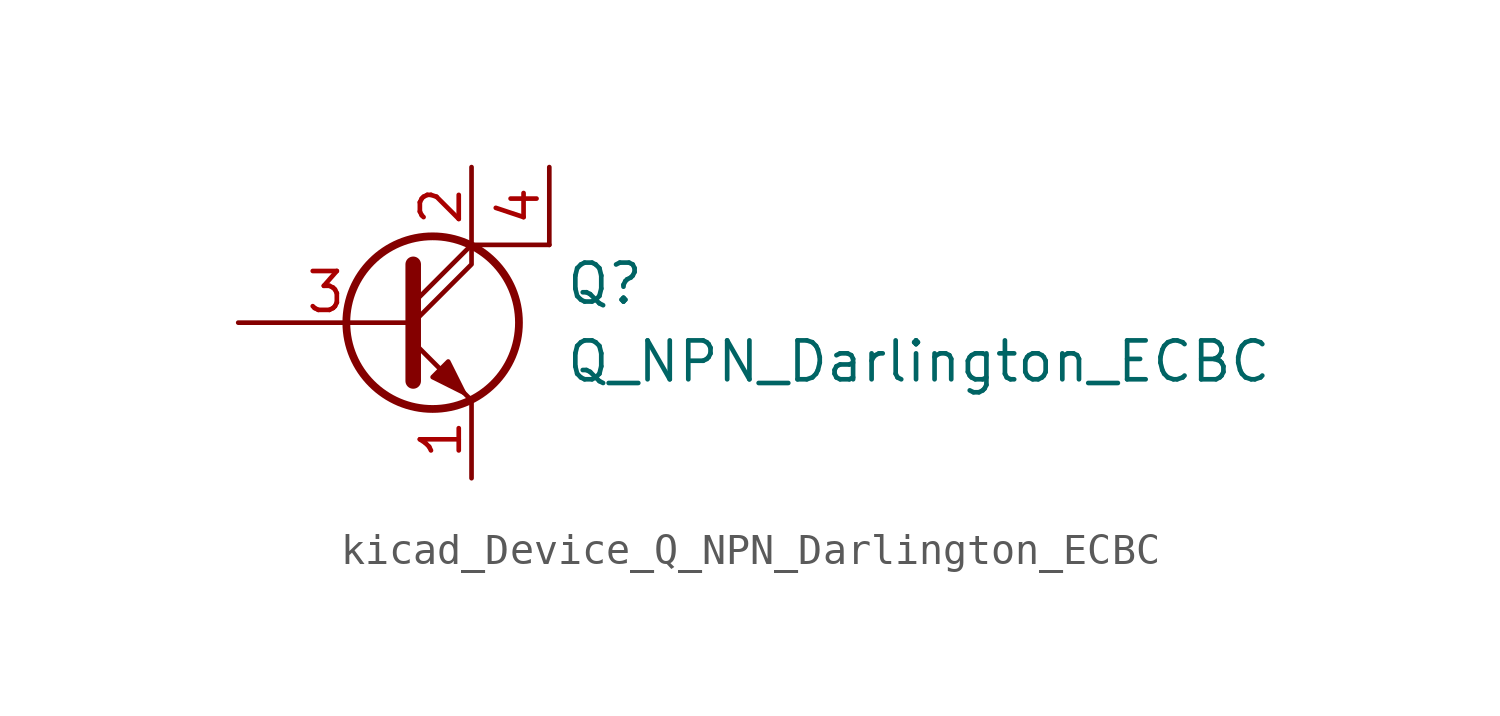
<source format=kicad_sym>
(kicad_symbol_lib
  (version 20220914)
  (generator kicad_symbol_editor)
  (symbol "kicad_Device_Q_NPN_Darlington_ECBC"
    (pin_names
      (offset 0) hide)
    (property "Reference" "Q"
      (at 5.588 1.27 0)
      (effects (font (size 1.27 1.27)) (justify left)))
    (property "Value" "Q_NPN_Darlington_ECBC"
      (at 5.588 -1.27 0)
      (effects (font (size 1.27 1.27)) (justify left)))
    (symbol "kicad_Device_Q_NPN_Darlington_ECBC_0_1"
      (polyline (pts (xy 0.635 0.635) (xy 2.54 2.54)) (stroke (width 0) (type default)) (fill (type none)))
      (polyline (pts (xy 5.08 2.54) (xy 2.54 2.54)) (stroke (width 0) (type default)) (fill (type none)))
      (polyline (pts (xy 0.635 -0.635) (xy 2.54 -2.54) (xy 2.54 -2.54)) (stroke (width 0) (type default)) (fill (type none)))
      (polyline (pts (xy 0.635 0) (xy 2.54 1.905) (xy 2.54 2.54)) (stroke (width 0) (type default)) (fill (type none)))
      (polyline (pts (xy 0.635 1.905) (xy 0.635 -1.905) (xy 0.635 -1.905)) (stroke (width 0.508) (type default)) (fill (type none)))
      (polyline (pts (xy 1.27 -1.778) (xy 1.778 -1.27) (xy 2.286 -2.286) (xy 1.27 -1.778) (xy 1.27 -1.778)) (stroke (width 0) (type default)) (fill (type outline)))
      (circle (center 1.27 0) (radius 2.819) (stroke (width 0.254) (type default)) (fill (type none))))
    (symbol "kicad_Device_Q_NPN_Darlington_ECBC_1_1"
      (pin passive line (at 2.54 -5.08 90) (length 2.54) (name "E" (effects (font (size 1.27 1.27)))) (number "1" (effects (font (size 1.27 1.27)))))
      (pin passive line (at 2.54 5.08 270) (length 2.54) (name "C" (effects (font (size 1.27 1.27)))) (number "2" (effects (font (size 1.27 1.27)))))
      (pin passive line (at -5.08 0 0) (length 5.715) (name "B" (effects (font (size 1.27 1.27)))) (number "3" (effects (font (size 1.27 1.27)))))
      (pin input line (at 5.08 5.08 270) (length 2.54) (name "C2" (effects (font (size 1.27 1.27)))) (number "4" (effects (font (size 1.27 1.27))))))))
</source>
